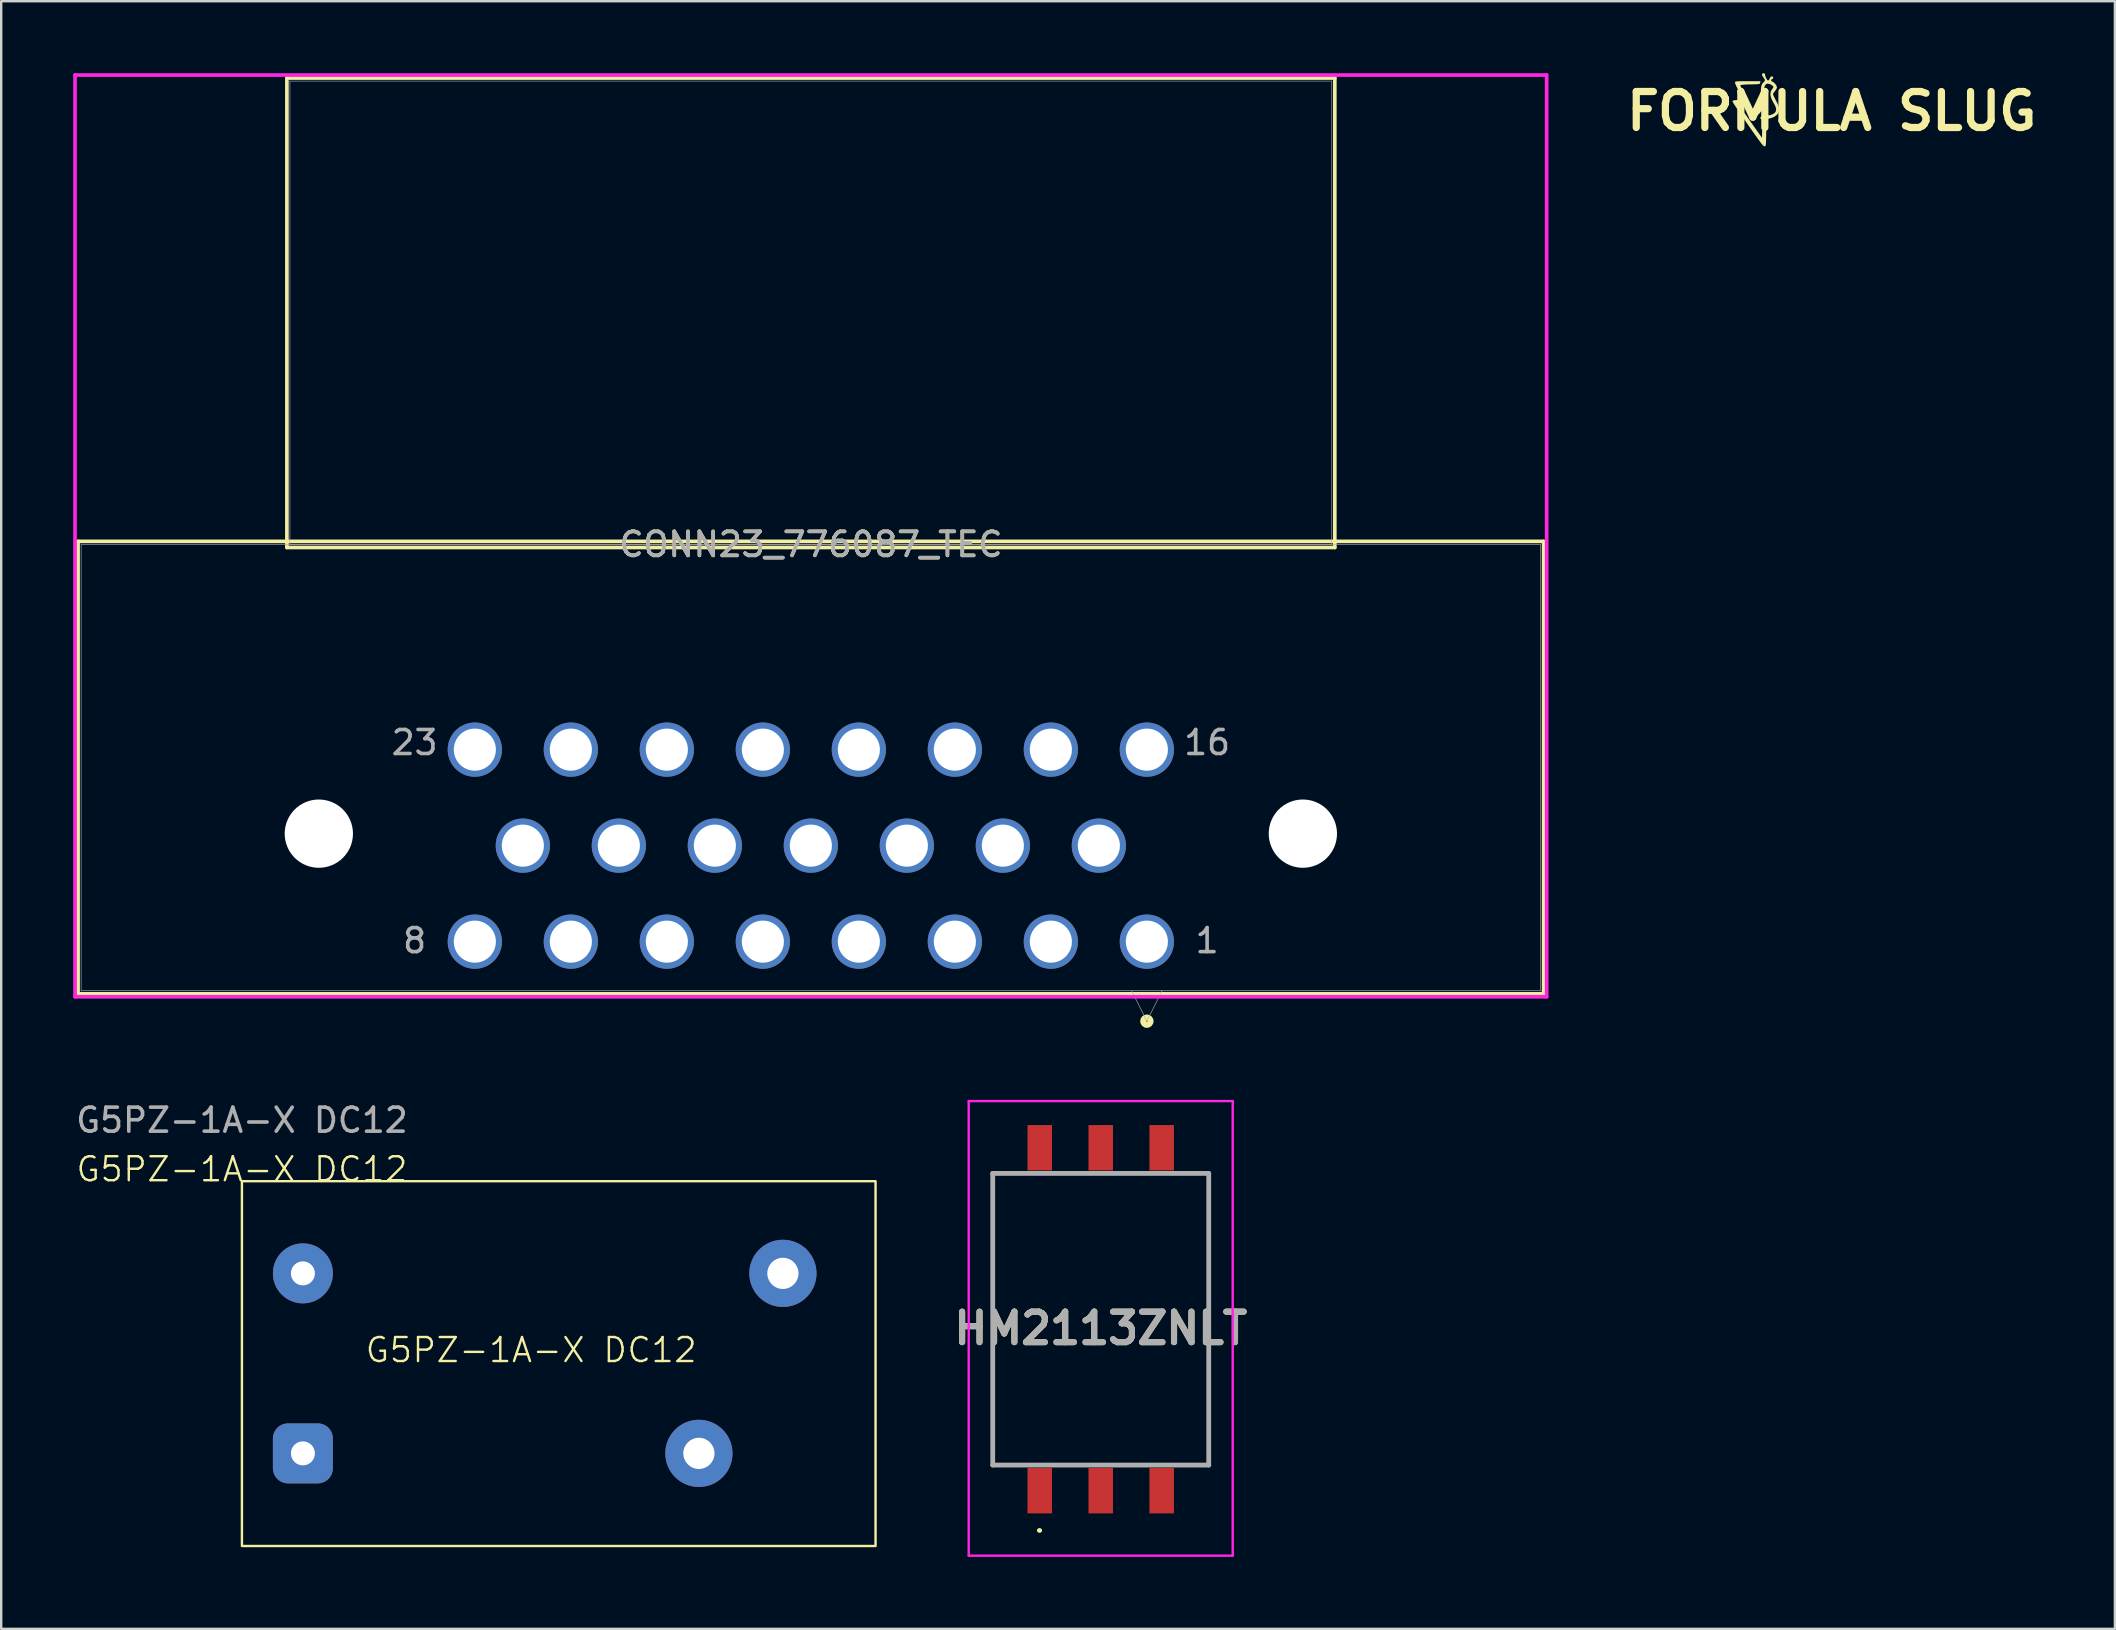
<source format=kicad_pcb>
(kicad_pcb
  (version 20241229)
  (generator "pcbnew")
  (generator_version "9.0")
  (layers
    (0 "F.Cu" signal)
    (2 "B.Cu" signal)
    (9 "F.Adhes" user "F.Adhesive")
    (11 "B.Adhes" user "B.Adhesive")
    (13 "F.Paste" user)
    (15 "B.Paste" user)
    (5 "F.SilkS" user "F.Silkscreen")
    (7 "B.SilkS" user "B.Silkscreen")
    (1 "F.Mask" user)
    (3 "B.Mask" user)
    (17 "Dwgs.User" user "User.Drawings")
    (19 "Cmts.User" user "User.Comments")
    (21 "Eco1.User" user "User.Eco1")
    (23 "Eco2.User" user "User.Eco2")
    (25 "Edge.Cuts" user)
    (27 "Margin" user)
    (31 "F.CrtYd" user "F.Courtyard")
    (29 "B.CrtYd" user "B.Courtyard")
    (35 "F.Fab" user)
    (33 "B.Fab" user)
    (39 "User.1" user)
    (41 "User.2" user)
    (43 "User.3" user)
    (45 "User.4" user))
  (footprint "FORMULA SLUG"
    (layer "F.Cu")
    (at 73.268 1.584)
    (property "Reference" "FORMULA SLUG" (at 0 0 0) (layer "F.SilkS") (effects (font (size 1.5 1.5) (thickness 0.3))))
    (attr board_only exclude_from_pos_files exclude_from_bom)
    (fp_poly (pts (xy -2.979 -1.188) (xy -2.984 -1.164) (xy -2.998 -1.147) (xy -3.029 -1.135) (xy -3.086 -1.128) (xy -3.177 -1.123) (xy -3.31 -1.119) (xy -3.397 -1.118) (xy -3.565 -1.113) (xy -3.692 -1.105) (xy -3.775 -1.095) (xy -3.807 -1.083) (xy -3.807 -1.082) (xy -3.795 -1.048) (xy -3.76 -0.976) (xy -3.709 -0.876) (xy -3.646 -0.758) (xy -3.64 -0.748) (xy -3.559 -0.597) (xy -3.506 -0.489) (xy -3.481 -0.415) (xy -3.485 -0.369) (xy -3.519 -0.345) (xy -3.584 -0.335) (xy -3.68 -0.333) (xy -3.685 -0.333) (xy -3.792 -0.332) (xy -3.854 -0.326) (xy -3.88 -0.314) (xy -3.881 -0.292) (xy -3.879 -0.288) (xy -3.859 -0.255) (xy -3.811 -0.182) (xy -3.739 -0.076) (xy -3.647 0.057) (xy -3.539 0.211) (xy -3.42 0.38) (xy -3.383 0.433) (xy -2.904 1.108) (xy -2.896 0.793) (xy -2.889 0.634) (xy -2.877 0.524) (xy -2.856 0.457) (xy -2.826 0.428) (xy -2.783 0.429) (xy -2.768 0.433) (xy -2.752 0.445) (xy -2.74 0.471) (xy -2.732 0.517) (xy -2.728 0.594) (xy -2.727 0.706) (xy -2.728 0.863) (xy -2.73 0.955) (xy -2.733 1.136) (xy -2.737 1.268) (xy -2.743 1.36) (xy -2.751 1.419) (xy -2.761 1.451) (xy -2.776 1.465) (xy -2.783 1.467) (xy -2.827 1.451) (xy -2.885 1.399) (xy -2.91 1.37) (xy -2.988 1.267) (xy -3.083 1.137) (xy -3.192 0.985) (xy -3.311 0.818) (xy -3.435 0.641) (xy -3.561 0.46) (xy -3.684 0.282) (xy -3.8 0.111) (xy -3.905 -0.045) (xy -3.995 -0.181) (xy -4.066 -0.291) (xy -4.114 -0.368) (xy -4.135 -0.408) (xy -4.135 -0.412) (xy -4.121 -0.436) (xy -4.081 -0.452) (xy -4.006 -0.462) (xy -3.911 -0.467) (xy -3.81 -0.473) (xy -3.734 -0.481) (xy -3.698 -0.49) (xy -3.696 -0.492) (xy -3.708 -0.521) (xy -3.742 -0.59) (xy -3.792 -0.688) (xy -3.854 -0.806) (xy -3.863 -0.822) (xy -3.926 -0.946) (xy -3.979 -1.056) (xy -4.015 -1.141) (xy -4.029 -1.191) (xy -4.03 -1.193) (xy -4.028 -1.213) (xy -4.017 -1.228) (xy -3.991 -1.238) (xy -3.941 -1.245) (xy -3.86 -1.248) (xy -3.741 -1.25) (xy -3.577 -1.251) (xy -3.5 -1.251) (xy -2.97 -1.251)) (stroke (width 0) (type solid)) (fill yes) (layer "F.SilkS"))
    (fp_poly (pts (xy -2.788 -1.565) (xy -2.779 -1.529) (xy -2.767 -1.464) (xy -2.737 -1.388) (xy -2.699 -1.321) (xy -2.662 -1.282) (xy -2.651 -1.278) (xy -2.615 -1.301) (xy -2.598 -1.334) (xy -2.561 -1.408) (xy -2.512 -1.45) (xy -2.465 -1.449) (xy -2.458 -1.444) (xy -2.435 -1.398) (xy -2.449 -1.353) (xy -2.49 -1.334) (xy -2.524 -1.317) (xy -2.524 -1.28) (xy -2.493 -1.245) (xy -2.475 -1.237) (xy -2.412 -1.198) (xy -2.347 -1.131) (xy -2.298 -1.056) (xy -2.279 -0.995) (xy -2.296 -0.94) (xy -2.341 -0.87) (xy -2.362 -0.843) (xy -2.413 -0.778) (xy -2.442 -0.726) (xy -2.446 -0.712) (xy -2.433 -0.669) (xy -2.402 -0.596) (xy -2.373 -0.54) (xy -2.301 -0.401) (xy -2.251 -0.301) (xy -2.22 -0.227) (xy -2.203 -0.168) (xy -2.196 -0.114) (xy -2.195 -0.07) (xy -2.204 0.022) (xy -2.236 0.093) (xy -2.286 0.153) (xy -2.393 0.232) (xy -2.54 0.291) (xy -2.714 0.326) (xy -2.842 0.333) (xy -2.923 0.331) (xy -2.961 0.32) (xy -2.971 0.293) (xy -2.969 0.271) (xy -2.959 0.239) (xy -2.933 0.218) (xy -2.879 0.205) (xy -2.786 0.194) (xy -2.75 0.191) (xy -2.568 0.164) (xy -2.437 0.117) (xy -2.355 0.049) (xy -2.332 0.007) (xy -2.315 -0.066) (xy -2.325 -0.146) (xy -2.365 -0.244) (xy -2.437 -0.372) (xy -2.438 -0.374) (xy -2.522 -0.543) (xy -2.556 -0.692) (xy -2.539 -0.821) (xy -2.487 -0.912) (xy -2.441 -0.972) (xy -2.43 -1.012) (xy -2.449 -1.047) (xy -2.45 -1.047) (xy -2.501 -1.089) (xy -2.574 -1.129) (xy -2.578 -1.13) (xy -2.67 -1.151) (xy -2.741 -1.126) (xy -2.79 -1.054) (xy -2.819 -0.933) (xy -2.828 -0.762) (xy -2.822 -0.59) (xy -2.815 -0.418) (xy -2.822 -0.286) (xy -2.846 -0.177) (xy -2.89 -0.076) (xy -2.949 0.018) (xy -3.017 0.098) (xy -3.105 0.178) (xy -3.2 0.246) (xy -3.286 0.292) (xy -3.34 0.306) (xy -3.385 0.291) (xy -3.387 0.254) (xy -3.351 0.2) (xy -3.279 0.137) (xy -3.25 0.117) (xy -3.151 0.038) (xy -3.061 -0.058) (xy -3.028 -0.104) (xy -2.995 -0.156) (xy -2.973 -0.202) (xy -2.959 -0.252) (xy -2.952 -0.318) (xy -2.95 -0.411) (xy -2.951 -0.543) (xy -2.953 -0.624) (xy -2.954 -0.807) (xy -2.947 -0.945) (xy -2.932 -1.047) (xy -2.906 -1.122) (xy -2.866 -1.18) (xy -2.823 -1.221) (xy -2.785 -1.269) (xy -2.79 -1.325) (xy -2.838 -1.399) (xy -2.851 -1.416) (xy -2.899 -1.491) (xy -2.903 -1.549) (xy -2.866 -1.58) (xy -2.835 -1.584)) (stroke (width 0) (type solid)) (fill yes) (layer "F.SilkS")))
  (footprint "CONN23_776087_TEC"
    (layer "F.Cu")
    (at 44.734 36.184)
    (property "Reference" "CONN23_776087_TEC" (at -14 -16.55 0) (unlocked yes) (layer "F.SilkS") (effects (font (size 1 1) (thickness 0.15))))
    (attr through_hole)
    (fp_line (start -44.531 -16.677) (end -44.531 2.17) (stroke (width 0.152) (type solid)) (layer "F.SilkS"))
    (fp_line (start -44.531 2.17) (end 16.531 2.17) (stroke (width 0.152) (type solid)) (layer "F.SilkS"))
    (fp_line (start -35.831 -35.981) (end -35.831 -16.423) (stroke (width 0.152) (type solid)) (layer "F.SilkS"))
    (fp_line (start -35.831 -16.423) (end 7.831 -16.423) (stroke (width 0.152) (type solid)) (layer "F.SilkS"))
    (fp_line (start 7.831 -35.981) (end -35.831 -35.981) (stroke (width 0.152) (type solid)) (layer "F.SilkS"))
    (fp_line (start 7.831 -16.423) (end 7.831 -35.981) (stroke (width 0.152) (type solid)) (layer "F.SilkS"))
    (fp_line (start 16.531 -16.677) (end -44.531 -16.677) (stroke (width 0.152) (type solid)) (layer "F.SilkS"))
    (fp_line (start 16.531 2.17) (end 16.531 -16.677) (stroke (width 0.152) (type solid)) (layer "F.SilkS"))
    (fp_circle (center 0 3.313) (end 0.152 3.313) (stroke (width 0.254) (type solid)) (fill no) (layer "F.SilkS"))
    (fp_line (start -44.658 -36.108) (end -44.658 2.297) (stroke (width 0.152) (type solid)) (layer "F.CrtYd"))
    (fp_line (start -44.658 2.297) (end 16.658 2.297) (stroke (width 0.152) (type solid)) (layer "F.CrtYd"))
    (fp_line (start 16.658 -36.108) (end -44.658 -36.108) (stroke (width 0.152) (type solid)) (layer "F.CrtYd"))
    (fp_line (start 16.658 2.297) (end 16.658 -36.108) (stroke (width 0.152) (type solid)) (layer "F.CrtYd"))
    (fp_line (start -44.404 -16.55) (end -44.404 2.043) (stroke (width 0.025) (type solid)) (layer "F.Fab"))
    (fp_line (start -44.404 2.043) (end 16.404 2.043) (stroke (width 0.025) (type solid)) (layer "F.Fab"))
    (fp_line (start -35.704 -35.854) (end -35.704 -16.55) (stroke (width 0.025) (type solid)) (layer "F.Fab"))
    (fp_line (start -35.704 -16.55) (end 7.704 -16.55) (stroke (width 0.025) (type solid)) (layer "F.Fab"))
    (fp_line (start -0.635 2.043) (end 0 3.313) (stroke (width 0.025) (type solid)) (layer "F.Fab"))
    (fp_line (start 0.635 2.043) (end 0 3.313) (stroke (width 0.025) (type solid)) (layer "F.Fab"))
    (fp_line (start 7.704 -35.854) (end -35.704 -35.854) (stroke (width 0.025) (type solid)) (layer "F.Fab"))
    (fp_line (start 7.704 -16.55) (end 7.704 -35.854) (stroke (width 0.025) (type solid)) (layer "F.Fab"))
    (fp_line (start 16.404 -16.55) (end -44.404 -16.55) (stroke (width 0.025) (type solid)) (layer "F.Fab"))
    (fp_line (start 16.404 2.043) (end 16.404 -16.55) (stroke (width 0.025) (type solid)) (layer "F.Fab"))
    (fp_text user "23" (at -30.51 -8.295 0) (unlocked yes) (layer "F.Fab") (effects (font (size 1 1) (thickness 0.15))))
    (fp_text user "1" (at 2.51 -0.04 0) (unlocked yes) (layer "F.Fab") (effects (font (size 1 1) (thickness 0.15))))
    (fp_text user "${REFERENCE}" (at -14 -16.55 0) (unlocked yes) (layer "F.Fab") (effects (font (size 1 1) (thickness 0.15))))
    (fp_text user "16" (at 2.51 -8.295 0) (unlocked yes) (layer "F.Fab") (effects (font (size 1 1) (thickness 0.15))))
    (fp_text user "8" (at -30.51 -0.04 0) (unlocked yes) (layer "F.Fab") (effects (font (size 1 1) (thickness 0.15))))
    (pad "" np_thru_hole circle (at -34.5 -4.5) (size 2.845 2.845) (drill 2.845) (layers "*.Cu" "*.Mask"))
    (pad "" np_thru_hole circle (at 6.5 -4.5) (size 2.845 2.845) (drill 2.845) (layers "*.Cu" "*.Mask"))
    (pad "1" thru_hole circle (at 0 0) (size 2.261 2.261) (drill 1.753) (layers "*.Cu" "*.Mask"))
    (pad "2" thru_hole circle (at -4 0) (size 2.261 2.261) (drill 1.753) (layers "*.Cu" "*.Mask"))
    (pad "3" thru_hole circle (at -8 0) (size 2.261 2.261) (drill 1.753) (layers "*.Cu" "*.Mask"))
    (pad "4" thru_hole circle (at -12 0) (size 2.261 2.261) (drill 1.753) (layers "*.Cu" "*.Mask"))
    (pad "5" thru_hole circle (at -16 0) (size 2.261 2.261) (drill 1.753) (layers "*.Cu" "*.Mask"))
    (pad "6" thru_hole circle (at -20 0) (size 2.261 2.261) (drill 1.753) (layers "*.Cu" "*.Mask"))
    (pad "7" thru_hole circle (at -24 0) (size 2.261 2.261) (drill 1.753) (layers "*.Cu" "*.Mask"))
    (pad "8" thru_hole circle (at -28 0) (size 2.261 2.261) (drill 1.753) (layers "*.Cu" "*.Mask"))
    (pad "9" thru_hole circle (at -2 -4) (size 2.261 2.261) (drill 1.753) (layers "*.Cu" "*.Mask"))
    (pad "10" thru_hole circle (at -6 -4) (size 2.261 2.261) (drill 1.753) (layers "*.Cu" "*.Mask"))
    (pad "11" thru_hole circle (at -10 -4) (size 2.261 2.261) (drill 1.753) (layers "*.Cu" "*.Mask"))
    (pad "12" thru_hole circle (at -14 -4) (size 2.261 2.261) (drill 1.753) (layers "*.Cu" "*.Mask"))
    (pad "13" thru_hole circle (at -18 -4) (size 2.261 2.261) (drill 1.753) (layers "*.Cu" "*.Mask"))
    (pad "14" thru_hole circle (at -22 -4) (size 2.261 2.261) (drill 1.753) (layers "*.Cu" "*.Mask"))
    (pad "15" thru_hole circle (at -26 -4) (size 2.261 2.261) (drill 1.753) (layers "*.Cu" "*.Mask"))
    (pad "16" thru_hole circle (at 0 -8) (size 2.261 2.261) (drill 1.753) (layers "*.Cu" "*.Mask"))
    (pad "17" thru_hole circle (at -4 -8) (size 2.261 2.261) (drill 1.753) (layers "*.Cu" "*.Mask"))
    (pad "18" thru_hole circle (at -8 -8) (size 2.261 2.261) (drill 1.753) (layers "*.Cu" "*.Mask"))
    (pad "19" thru_hole circle (at -12 -8) (size 2.261 2.261) (drill 1.753) (layers "*.Cu" "*.Mask"))
    (pad "20" thru_hole circle (at -16 -8) (size 2.261 2.261) (drill 1.753) (layers "*.Cu" "*.Mask"))
    (pad "21" thru_hole circle (at -20 -8) (size 2.261 2.261) (drill 1.753) (layers "*.Cu" "*.Mask"))
    (pad "22" thru_hole circle (at -24 -8) (size 2.261 2.261) (drill 1.753) (layers "*.Cu" "*.Mask"))
    (pad "23" thru_hole circle (at -28 -8) (size 2.261 2.261) (drill 1.753) (layers "*.Cu" "*.Mask")))
  (footprint "G5PZ-1A-X DC12"
    (layer "F.Cu")
    (at 7.03 46.165)
    (property "Reference" "G5PZ-1A-X DC12" (at 0 -0.5 0) (unlocked yes) (layer "F.SilkS") (effects (font (size 1 1) (thickness 0.1))))
    (attr through_hole)
    (fp_rect (start 0 0) (end 26.4 15.2) (stroke (width 0.1) (type default)) (fill no) (layer "F.SilkS"))
    (fp_text user "G5PZ-1A-X DC12" (at 5.08 7.62 0) (unlocked yes) (layer "F.SilkS") (effects (font (size 1 1) (thickness 0.1)) (justify left bottom)))
    (fp_text user "${REFERENCE}" (at 0 -2.54 0) (unlocked yes) (layer "F.Fab") (effects (font (size 1 1) (thickness 0.15))))
    (pad "1" thru_hole roundrect (at 2.54 11.34) (size 2.5 2.5) (drill 1) (layers "*.Cu" "*.Mask") (roundrect_rratio 0.25))
    (pad "2" thru_hole circle (at 19.04 11.34) (size 2.8 2.8) (drill 1.3) (layers "*.Cu" "*.Mask"))
    (pad "3" thru_hole circle (at 22.54 3.84) (size 2.8 2.8) (drill 1.3) (layers "*.Cu" "*.Mask"))
    (pad "4" thru_hole circle (at 2.54 3.84) (size 2.5 2.5) (drill 1) (layers "*.Cu" "*.Mask")))
  (footprint "HM2113ZNLT"
    (layer "F.Cu")
    (at 42.812 51.916)
    (property "Reference" "HM2113ZNLT" (at 0 0.38 0) (layer "F.SilkS") (effects (font (size 1.27 1.27) (thickness 0.254))))
    (attr smd)
    (fp_line (start -4.5 -6.075) (end -4.5 6.075) (stroke (width 0.1) (type solid)) (layer "F.SilkS"))
    (fp_line (start -4.5 6.075) (end -3.5 6.075) (stroke (width 0.1) (type solid)) (layer "F.SilkS"))
    (fp_line (start -3.5 -6.075) (end -4.5 -6.075) (stroke (width 0.1) (type solid)) (layer "F.SilkS"))
    (fp_line (start -2.6 8.8) (end -2.6 8.8) (stroke (width 0.1) (type solid)) (layer "F.SilkS"))
    (fp_line (start -2.5 8.8) (end -2.5 8.8) (stroke (width 0.1) (type solid)) (layer "F.SilkS"))
    (fp_line (start 3.5 -6.075) (end 4.5 -6.075) (stroke (width 0.1) (type solid)) (layer "F.SilkS"))
    (fp_line (start 4.5 -6.075) (end 4.5 5) (stroke (width 0.1) (type solid)) (layer "F.SilkS"))
    (fp_line (start 4.5 5) (end 4.5 6.075) (stroke (width 0.1) (type solid)) (layer "F.SilkS"))
    (fp_line (start 4.5 6.075) (end 3.5 6.075) (stroke (width 0.1) (type solid)) (layer "F.SilkS"))
    (fp_arc (start -2.6 8.8) (mid -2.55 8.75) (end -2.5 8.8) (stroke (width 0.1) (type solid)) (layer "F.SilkS"))
    (fp_arc (start -2.5 8.8) (mid -2.55 8.85) (end -2.6 8.8) (stroke (width 0.1) (type solid)) (layer "F.SilkS"))
    (fp_line (start -5.5 -9.09) (end 5.5 -9.09) (stroke (width 0.1) (type solid)) (layer "F.CrtYd"))
    (fp_line (start -5.5 9.85) (end -5.5 -9.09) (stroke (width 0.1) (type solid)) (layer "F.CrtYd"))
    (fp_line (start 5.5 -9.09) (end 5.5 9.85) (stroke (width 0.1) (type solid)) (layer "F.CrtYd"))
    (fp_line (start 5.5 9.85) (end -5.5 9.85) (stroke (width 0.1) (type solid)) (layer "F.CrtYd"))
    (fp_line (start -4.5 -6.075) (end 4.5 -6.075) (stroke (width 0.2) (type solid)) (layer "F.Fab"))
    (fp_line (start -4.5 6.075) (end -4.5 -6.075) (stroke (width 0.2) (type solid)) (layer "F.Fab"))
    (fp_line (start 4.5 -6.075) (end 4.5 6.075) (stroke (width 0.2) (type solid)) (layer "F.Fab"))
    (fp_line (start 4.5 6.075) (end -4.5 6.075) (stroke (width 0.2) (type solid)) (layer "F.Fab"))
    (fp_text user "${REFERENCE}" (at 0 0.38 0) (layer "F.Fab") (effects (font (size 1.27 1.27) (thickness 0.254))))
    (pad "1" smd rect (at -2.54 7.145) (size 1.02 1.89) (layers "F.Cu" "F.Mask" "F.Paste"))
    (pad "2" smd rect (at 0 7.145) (size 1.02 1.89) (layers "F.Cu" "F.Mask" "F.Paste"))
    (pad "3" smd rect (at 2.54 7.145) (size 1.02 1.89) (layers "F.Cu" "F.Mask" "F.Paste"))
    (pad "4" smd rect (at 2.54 -7.145) (size 1.02 1.89) (layers "F.Cu" "F.Mask" "F.Paste"))
    (pad "5" smd rect (at 0 -7.145) (size 1.02 1.89) (layers "F.Cu" "F.Mask" "F.Paste"))
    (pad "6" smd rect (at -2.54 -7.145) (size 1.02 1.89) (layers "F.Cu" "F.Mask" "F.Paste")))
  (gr_rect
    (start -3 -3)
    (end 85.068 64.816)
    (stroke (width 0.1) (type default))
    (fill no)
    (layer "Edge.Cuts")))
</source>
